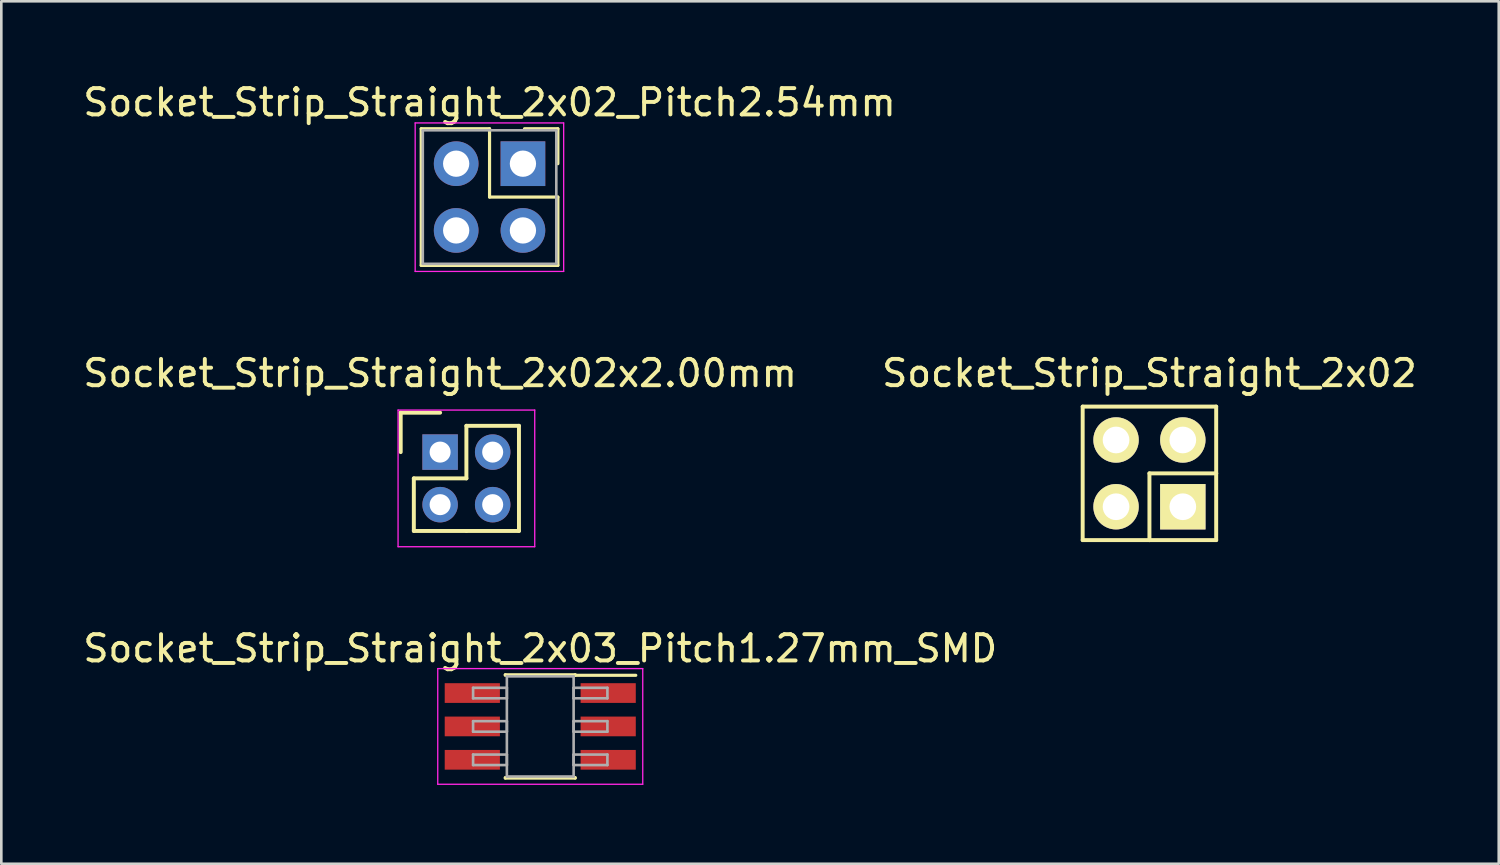
<source format=kicad_pcb>
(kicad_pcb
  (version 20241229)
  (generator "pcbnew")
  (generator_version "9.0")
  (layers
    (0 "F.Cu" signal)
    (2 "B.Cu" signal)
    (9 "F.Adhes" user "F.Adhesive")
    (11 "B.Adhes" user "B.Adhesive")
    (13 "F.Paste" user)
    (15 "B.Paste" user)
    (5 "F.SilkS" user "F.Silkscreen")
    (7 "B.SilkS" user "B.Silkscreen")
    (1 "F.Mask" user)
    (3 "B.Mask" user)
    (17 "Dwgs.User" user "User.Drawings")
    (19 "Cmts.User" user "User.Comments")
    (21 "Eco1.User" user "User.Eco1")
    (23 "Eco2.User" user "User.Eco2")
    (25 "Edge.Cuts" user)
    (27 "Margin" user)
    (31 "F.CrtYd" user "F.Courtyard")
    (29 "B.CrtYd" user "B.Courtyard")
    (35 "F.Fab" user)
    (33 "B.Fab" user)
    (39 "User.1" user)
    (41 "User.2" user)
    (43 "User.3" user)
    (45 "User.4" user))
  (footprint "Socket_Strip_Straight_2x02x2.00mm"
    (layer "F.Cu")
    (at 13.696 14.152)
    (property "Reference" "Socket_Strip_Straight_2x02x2.00mm" (at 0 -3 0) (layer "F.SilkS") (effects (font (size 1 1) (thickness 0.15))))
    (attr through_hole)
    (fp_line (start -1.5 -1.5) (end -1.5 0) (stroke (width 0.15) (type solid)) (layer "F.SilkS"))
    (fp_line (start -1 1) (end -1 3) (stroke (width 0.15) (type solid)) (layer "F.SilkS"))
    (fp_line (start -1 3) (end 1 3) (stroke (width 0.15) (type solid)) (layer "F.SilkS"))
    (fp_line (start 0 -1.5) (end -1.5 -1.5) (stroke (width 0.15) (type solid)) (layer "F.SilkS"))
    (fp_line (start 1 -1) (end 1 1) (stroke (width 0.15) (type solid)) (layer "F.SilkS"))
    (fp_line (start 1 1) (end -1 1) (stroke (width 0.15) (type solid)) (layer "F.SilkS"))
    (fp_line (start 1 3) (end 3 3) (stroke (width 0.15) (type solid)) (layer "F.SilkS"))
    (fp_line (start 3 -1) (end 1 -1) (stroke (width 0.15) (type solid)) (layer "F.SilkS"))
    (fp_line (start 3 3) (end 3 -1) (stroke (width 0.15) (type solid)) (layer "F.SilkS"))
    (fp_line (start -1.6 -1.6) (end -1.6 3.6) (stroke (width 0.05) (type solid)) (layer "F.CrtYd"))
    (fp_line (start -1.6 3.6) (end 3.6 3.6) (stroke (width 0.05) (type solid)) (layer "F.CrtYd"))
    (fp_line (start 3.6 -1.6) (end -1.6 -1.6) (stroke (width 0.05) (type solid)) (layer "F.CrtYd"))
    (fp_line (start 3.6 3.6) (end 3.6 -1.6) (stroke (width 0.05) (type solid)) (layer "F.CrtYd"))
    (pad "1" thru_hole rect (at 0 0) (size 1.35 1.35) (drill 0.8) (layers "*.Cu" "*.Mask"))
    (pad "2" thru_hole circle (at 0 2) (size 1.35 1.35) (drill 0.8) (layers "*.Cu" "*.Mask"))
    (pad "3" thru_hole circle (at 2 0) (size 1.35 1.35) (drill 0.8) (layers "*.Cu" "*.Mask"))
    (pad "4" thru_hole circle (at 2 2) (size 1.35 1.35) (drill 0.8) (layers "*.Cu" "*.Mask")))
  (footprint "Socket_Strip_Straight_2x02"
    (layer "F.Cu")
    (at 40.685 14.961)
    (property "Reference" "Socket_Strip_Straight_2x02" (at 0 -3.81 0) (layer "F.SilkS") (effects (font (size 1 1) (thickness 0.15))))
    (attr through_hole)
    (fp_line (start -2.54 -2.54) (end -2.54 2.54) (stroke (width 0.15) (type solid)) (layer "F.SilkS"))
    (fp_line (start -2.54 2.54) (end 0 2.54) (stroke (width 0.15) (type solid)) (layer "F.SilkS"))
    (fp_line (start 0 0) (end 2.54 0) (stroke (width 0.15) (type solid)) (layer "F.SilkS"))
    (fp_line (start 0 2.54) (end 0 0) (stroke (width 0.15) (type solid)) (layer "F.SilkS"))
    (fp_line (start 2.54 -2.54) (end -2.54 -2.54) (stroke (width 0.15) (type solid)) (layer "F.SilkS"))
    (fp_line (start 2.54 0) (end 2.54 -2.54) (stroke (width 0.15) (type solid)) (layer "F.SilkS"))
    (fp_line (start 2.54 0) (end 2.54 2.54) (stroke (width 0.15) (type solid)) (layer "F.SilkS"))
    (fp_line (start 2.54 2.54) (end 0 2.54) (stroke (width 0.15) (type solid)) (layer "F.SilkS"))
    (pad "1" thru_hole rect (at 1.27 1.27 180) (size 1.727 1.727) (drill 1.016) (layers "*.Cu" "*.Mask" "F.SilkS"))
    (pad "2" thru_hole oval (at 1.27 -1.27 180) (size 1.727 1.727) (drill 1.016) (layers "*.Cu" "*.Mask" "F.SilkS"))
    (pad "3" thru_hole oval (at -1.27 1.27 180) (size 1.727 1.727) (drill 1.016) (layers "*.Cu" "*.Mask" "F.SilkS"))
    (pad "4" thru_hole oval (at -1.27 -1.27 180) (size 1.727 1.727) (drill 1.016) (layers "*.Cu" "*.Mask" "F.SilkS")))
  (footprint "Socket_Strip_Straight_2x03_Pitch1.27mm_SMD"
    (layer "F.Cu")
    (at 17.506 24.59)
    (property "Reference" "Socket_Strip_Straight_2x03_Pitch1.27mm_SMD" (at 0 -2.965 0) (layer "F.SilkS") (effects (font (size 1 1) (thickness 0.15))))
    (attr smd)
    (fp_line (start -1.33 -1.965) (end 1.33 -1.965) (stroke (width 0.12) (type solid)) (layer "F.SilkS"))
    (fp_line (start -1.33 -1.945) (end -1.33 -1.965) (stroke (width 0.12) (type solid)) (layer "F.SilkS"))
    (fp_line (start -1.33 1.945) (end -1.33 1.965) (stroke (width 0.12) (type solid)) (layer "F.SilkS"))
    (fp_line (start -1.33 1.965) (end 1.33 1.965) (stroke (width 0.12) (type solid)) (layer "F.SilkS"))
    (fp_line (start 1.33 -1.965) (end 1.33 -1.945) (stroke (width 0.12) (type solid)) (layer "F.SilkS"))
    (fp_line (start 1.33 1.965) (end 1.33 1.945) (stroke (width 0.12) (type solid)) (layer "F.SilkS"))
    (fp_line (start 3.635 -1.945) (end 1.33 -1.945) (stroke (width 0.12) (type solid)) (layer "F.SilkS"))
    (fp_line (start -3.9 -2.2) (end -3.9 2.2) (stroke (width 0.05) (type solid)) (layer "F.CrtYd"))
    (fp_line (start -3.9 2.2) (end 3.9 2.2) (stroke (width 0.05) (type solid)) (layer "F.CrtYd"))
    (fp_line (start 3.9 -2.2) (end -3.9 -2.2) (stroke (width 0.05) (type solid)) (layer "F.CrtYd"))
    (fp_line (start 3.9 2.2) (end 3.9 -2.2) (stroke (width 0.05) (type solid)) (layer "F.CrtYd"))
    (fp_line (start -2.555 -1.47) (end -1.27 -1.47) (stroke (width 0.1) (type solid)) (layer "F.Fab"))
    (fp_line (start -2.555 -1.07) (end -2.555 -1.47) (stroke (width 0.1) (type solid)) (layer "F.Fab"))
    (fp_line (start -2.555 -0.2) (end -1.27 -0.2) (stroke (width 0.1) (type solid)) (layer "F.Fab"))
    (fp_line (start -2.555 0.2) (end -2.555 -0.2) (stroke (width 0.1) (type solid)) (layer "F.Fab"))
    (fp_line (start -2.555 1.07) (end -1.27 1.07) (stroke (width 0.1) (type solid)) (layer "F.Fab"))
    (fp_line (start -2.555 1.47) (end -2.555 1.07) (stroke (width 0.1) (type solid)) (layer "F.Fab"))
    (fp_line (start -1.27 -1.905) (end -1.27 1.905) (stroke (width 0.1) (type solid)) (layer "F.Fab"))
    (fp_line (start -1.27 -1.47) (end -1.27 -1.07) (stroke (width 0.1) (type solid)) (layer "F.Fab"))
    (fp_line (start -1.27 -1.07) (end -2.555 -1.07) (stroke (width 0.1) (type solid)) (layer "F.Fab"))
    (fp_line (start -1.27 -0.2) (end -1.27 0.2) (stroke (width 0.1) (type solid)) (layer "F.Fab"))
    (fp_line (start -1.27 0.2) (end -2.555 0.2) (stroke (width 0.1) (type solid)) (layer "F.Fab"))
    (fp_line (start -1.27 1.07) (end -1.27 1.47) (stroke (width 0.1) (type solid)) (layer "F.Fab"))
    (fp_line (start -1.27 1.47) (end -2.555 1.47) (stroke (width 0.1) (type solid)) (layer "F.Fab"))
    (fp_line (start -1.27 1.905) (end 1.27 1.905) (stroke (width 0.1) (type solid)) (layer "F.Fab"))
    (fp_line (start 1.27 -1.905) (end -1.27 -1.905) (stroke (width 0.1) (type solid)) (layer "F.Fab"))
    (fp_line (start 1.27 -1.47) (end 1.27 -1.07) (stroke (width 0.1) (type solid)) (layer "F.Fab"))
    (fp_line (start 1.27 -1.07) (end 2.555 -1.07) (stroke (width 0.1) (type solid)) (layer "F.Fab"))
    (fp_line (start 1.27 -0.2) (end 1.27 0.2) (stroke (width 0.1) (type solid)) (layer "F.Fab"))
    (fp_line (start 1.27 0.2) (end 2.555 0.2) (stroke (width 0.1) (type solid)) (layer "F.Fab"))
    (fp_line (start 1.27 1.07) (end 1.27 1.47) (stroke (width 0.1) (type solid)) (layer "F.Fab"))
    (fp_line (start 1.27 1.47) (end 2.555 1.47) (stroke (width 0.1) (type solid)) (layer "F.Fab"))
    (fp_line (start 1.27 1.905) (end 1.27 -1.905) (stroke (width 0.1) (type solid)) (layer "F.Fab"))
    (fp_line (start 2.555 -1.47) (end 1.27 -1.47) (stroke (width 0.1) (type solid)) (layer "F.Fab"))
    (fp_line (start 2.555 -1.07) (end 2.555 -1.47) (stroke (width 0.1) (type solid)) (layer "F.Fab"))
    (fp_line (start 2.555 -0.2) (end 1.27 -0.2) (stroke (width 0.1) (type solid)) (layer "F.Fab"))
    (fp_line (start 2.555 0.2) (end 2.555 -0.2) (stroke (width 0.1) (type solid)) (layer "F.Fab"))
    (fp_line (start 2.555 1.07) (end 1.27 1.07) (stroke (width 0.1) (type solid)) (layer "F.Fab"))
    (fp_line (start 2.555 1.47) (end 2.555 1.07) (stroke (width 0.1) (type solid)) (layer "F.Fab"))
    (pad "1" smd rect (at 2.585 -1.27) (size 2.1 0.75) (layers "F.Cu" "F.Mask"))
    (pad "2" smd rect (at -2.585 -1.27) (size 2.1 0.75) (layers "F.Cu" "F.Mask"))
    (pad "3" smd rect (at 2.585 0) (size 2.1 0.75) (layers "F.Cu" "F.Mask"))
    (pad "4" smd rect (at -2.585 0) (size 2.1 0.75) (layers "F.Cu" "F.Mask"))
    (pad "5" smd rect (at 2.585 1.27) (size 2.1 0.75) (layers "F.Cu" "F.Mask"))
    (pad "6" smd rect (at -2.585 1.27) (size 2.1 0.75) (layers "F.Cu" "F.Mask")))
  (footprint "Socket_Strip_Straight_2x02_Pitch2.54mm"
    (layer "F.Cu")
    (at 16.847 3.178)
    (property "Reference" "Socket_Strip_Straight_2x02_Pitch2.54mm" (at -1.27 -2.33 0) (layer "F.SilkS") (effects (font (size 1 1) (thickness 0.15))))
    (attr through_hole)
    (fp_line (start -3.87 -1.33) (end -1.27 -1.33) (stroke (width 0.12) (type solid)) (layer "F.SilkS"))
    (fp_line (start -3.87 3.87) (end -3.87 -1.33) (stroke (width 0.12) (type solid)) (layer "F.SilkS"))
    (fp_line (start -1.27 -1.33) (end -1.27 1.27) (stroke (width 0.12) (type solid)) (layer "F.SilkS"))
    (fp_line (start -1.27 1.27) (end 1.33 1.27) (stroke (width 0.12) (type solid)) (layer "F.SilkS"))
    (fp_line (start 1.33 -1.33) (end 0.06 -1.33) (stroke (width 0.12) (type solid)) (layer "F.SilkS"))
    (fp_line (start 1.33 0) (end 1.33 -1.33) (stroke (width 0.12) (type solid)) (layer "F.SilkS"))
    (fp_line (start 1.33 1.27) (end 1.33 3.87) (stroke (width 0.12) (type solid)) (layer "F.SilkS"))
    (fp_line (start 1.33 3.87) (end -3.87 3.87) (stroke (width 0.12) (type solid)) (layer "F.SilkS"))
    (fp_line (start -4.1 -1.55) (end -4.1 4.1) (stroke (width 0.05) (type solid)) (layer "F.CrtYd"))
    (fp_line (start -4.1 4.1) (end 1.55 4.1) (stroke (width 0.05) (type solid)) (layer "F.CrtYd"))
    (fp_line (start 1.55 -1.55) (end -4.1 -1.55) (stroke (width 0.05) (type solid)) (layer "F.CrtYd"))
    (fp_line (start 1.55 4.1) (end 1.55 -1.55) (stroke (width 0.05) (type solid)) (layer "F.CrtYd"))
    (fp_line (start -3.81 -1.27) (end -3.81 3.81) (stroke (width 0.1) (type solid)) (layer "F.Fab"))
    (fp_line (start -3.81 3.81) (end 1.27 3.81) (stroke (width 0.1) (type solid)) (layer "F.Fab"))
    (fp_line (start 1.27 -1.27) (end -3.81 -1.27) (stroke (width 0.1) (type solid)) (layer "F.Fab"))
    (fp_line (start 1.27 3.81) (end 1.27 -1.27) (stroke (width 0.1) (type solid)) (layer "F.Fab"))
    (pad "1" thru_hole rect (at 0 0) (size 1.7 1.7) (drill 1) (layers "*.Cu" "*.Mask"))
    (pad "2" thru_hole oval (at -2.54 0) (size 1.7 1.7) (drill 1) (layers "*.Cu" "*.Mask"))
    (pad "3" thru_hole oval (at 0 2.54) (size 1.7 1.7) (drill 1) (layers "*.Cu" "*.Mask"))
    (pad "4" thru_hole oval (at -2.54 2.54) (size 1.7 1.7) (drill 1) (layers "*.Cu" "*.Mask")))
  (gr_rect
    (start -3 -3)
    (end 53.976 29.815)
    (stroke (width 0.1) (type default))
    (fill no)
    (layer "Edge.Cuts")))
</source>
